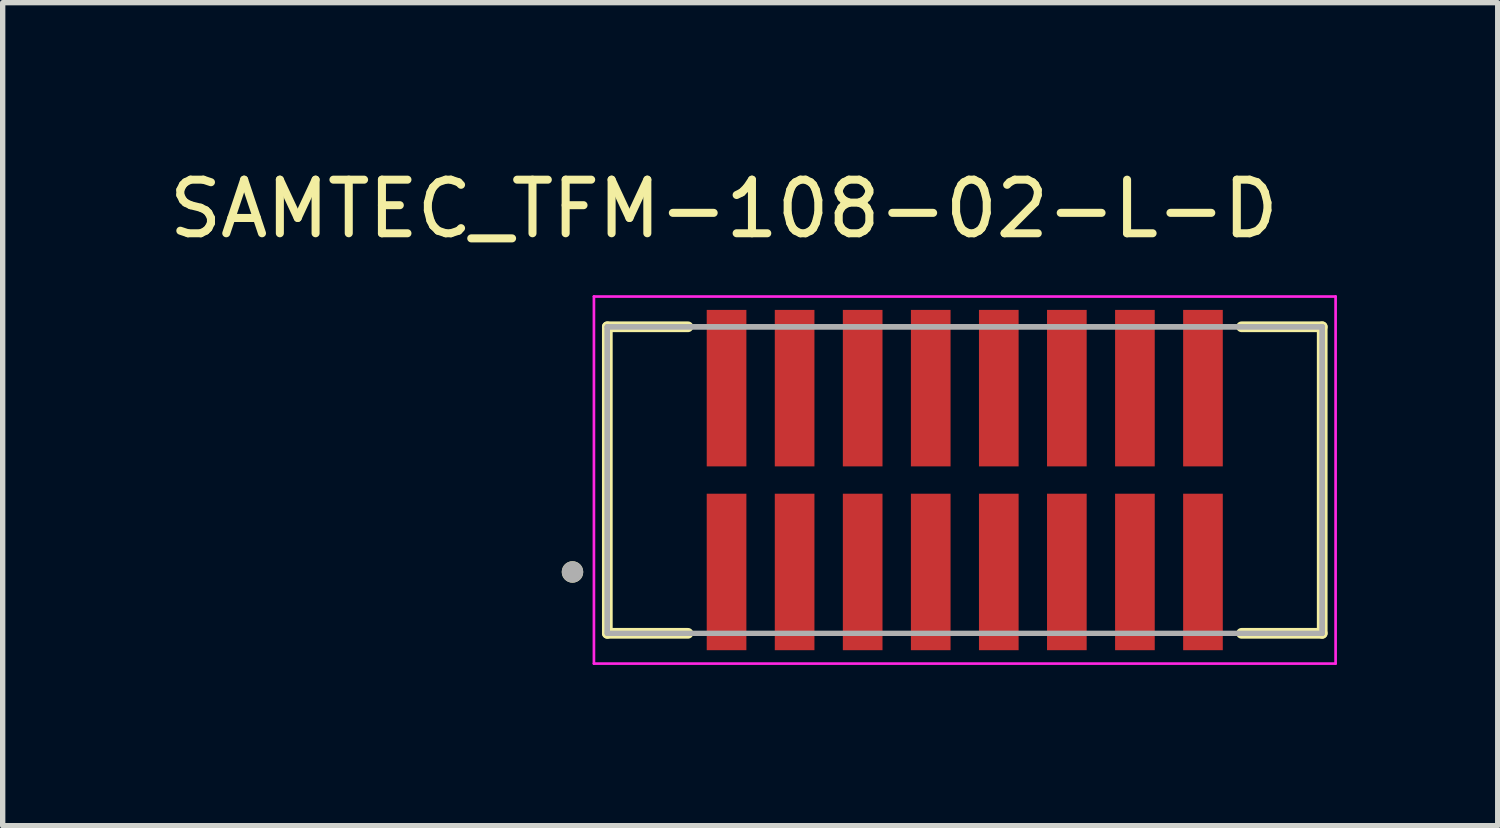
<source format=kicad_pcb>
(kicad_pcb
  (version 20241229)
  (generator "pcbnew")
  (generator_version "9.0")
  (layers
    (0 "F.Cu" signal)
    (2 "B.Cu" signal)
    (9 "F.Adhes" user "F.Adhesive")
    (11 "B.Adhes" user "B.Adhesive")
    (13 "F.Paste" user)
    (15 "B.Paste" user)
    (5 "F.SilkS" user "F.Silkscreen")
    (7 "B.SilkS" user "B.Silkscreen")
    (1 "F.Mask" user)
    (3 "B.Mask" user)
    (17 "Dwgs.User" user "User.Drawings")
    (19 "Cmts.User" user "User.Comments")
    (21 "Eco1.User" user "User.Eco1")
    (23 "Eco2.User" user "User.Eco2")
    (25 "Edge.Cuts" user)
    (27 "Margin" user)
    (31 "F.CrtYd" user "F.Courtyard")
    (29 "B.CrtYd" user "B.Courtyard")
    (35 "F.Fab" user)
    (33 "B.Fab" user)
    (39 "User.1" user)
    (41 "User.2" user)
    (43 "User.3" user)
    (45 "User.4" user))
  (footprint "SAMTEC_TFM-108-02-L-D"
    (layer "F.Cu")
    (at 14.953 5.908)
    (property "Reference" "SAMTEC_TFM-108-02-L-D" (at -4.495 -5.06 0) (layer "F.SilkS") (effects (font (size 1 1) (thickness 0.15))))
    (attr smd)
    (fp_line (start -6.67 -2.86) (end -5.165 -2.86) (stroke (width 0.2) (type solid)) (layer "F.SilkS"))
    (fp_line (start -6.67 2.86) (end -6.67 -2.86) (stroke (width 0.2) (type solid)) (layer "F.SilkS"))
    (fp_line (start -5.165 2.86) (end -6.67 2.86) (stroke (width 0.2) (type solid)) (layer "F.SilkS"))
    (fp_line (start 5.165 -2.86) (end 6.67 -2.86) (stroke (width 0.2) (type solid)) (layer "F.SilkS"))
    (fp_line (start 5.165 2.86) (end 6.67 2.86) (stroke (width 0.2) (type solid)) (layer "F.SilkS"))
    (fp_line (start 6.67 -2.86) (end 6.67 2.86) (stroke (width 0.2) (type solid)) (layer "F.SilkS"))
    (fp_circle (center -7.32 1.715) (end -7.22 1.715) (stroke (width 0.2) (type solid)) (fill no) (layer "F.SilkS"))
    (fp_line (start -6.92 -3.425) (end 6.92 -3.425) (stroke (width 0.05) (type solid)) (layer "F.CrtYd"))
    (fp_line (start -6.92 3.425) (end -6.92 -3.425) (stroke (width 0.05) (type solid)) (layer "F.CrtYd"))
    (fp_line (start 6.92 -3.425) (end 6.92 3.425) (stroke (width 0.05) (type solid)) (layer "F.CrtYd"))
    (fp_line (start 6.92 3.425) (end -6.92 3.425) (stroke (width 0.05) (type solid)) (layer "F.CrtYd"))
    (fp_line (start -6.67 -2.86) (end 6.67 -2.86) (stroke (width 0.1) (type solid)) (layer "F.Fab"))
    (fp_line (start -6.67 -2.86) (end 6.67 -2.86) (stroke (width 0.1) (type solid)) (layer "F.Fab"))
    (fp_line (start -6.67 2.86) (end -6.67 -2.86) (stroke (width 0.1) (type solid)) (layer "F.Fab"))
    (fp_line (start -6.67 2.86) (end -6.67 -2.86) (stroke (width 0.1) (type solid)) (layer "F.Fab"))
    (fp_line (start 6.67 -2.86) (end 6.67 2.86) (stroke (width 0.1) (type solid)) (layer "F.Fab"))
    (fp_line (start 6.67 -2.86) (end 6.67 2.86) (stroke (width 0.1) (type solid)) (layer "F.Fab"))
    (fp_line (start 6.67 2.86) (end -6.67 2.86) (stroke (width 0.1) (type solid)) (layer "F.Fab"))
    (fp_circle (center -7.32 1.715) (end -7.22 1.715) (stroke (width 0.2) (type solid)) (fill no) (layer "F.Fab"))
    (pad "01" smd rect (at -4.445 1.715) (size 0.74 2.92) (layers "F.Cu" "F.Mask" "F.Paste"))
    (pad "02" smd rect (at -4.445 -1.715) (size 0.74 2.92) (layers "F.Cu" "F.Mask" "F.Paste"))
    (pad "03" smd rect (at -3.175 1.715) (size 0.74 2.92) (layers "F.Cu" "F.Mask" "F.Paste"))
    (pad "04" smd rect (at -3.175 -1.715) (size 0.74 2.92) (layers "F.Cu" "F.Mask" "F.Paste"))
    (pad "05" smd rect (at -1.905 1.715) (size 0.74 2.92) (layers "F.Cu" "F.Mask" "F.Paste"))
    (pad "06" smd rect (at -1.905 -1.715) (size 0.74 2.92) (layers "F.Cu" "F.Mask" "F.Paste"))
    (pad "07" smd rect (at -0.635 1.715) (size 0.74 2.92) (layers "F.Cu" "F.Mask" "F.Paste"))
    (pad "08" smd rect (at -0.635 -1.715) (size 0.74 2.92) (layers "F.Cu" "F.Mask" "F.Paste"))
    (pad "09" smd rect (at 0.635 1.715) (size 0.74 2.92) (layers "F.Cu" "F.Mask" "F.Paste"))
    (pad "10" smd rect (at 0.635 -1.715) (size 0.74 2.92) (layers "F.Cu" "F.Mask" "F.Paste"))
    (pad "11" smd rect (at 1.905 1.715) (size 0.74 2.92) (layers "F.Cu" "F.Mask" "F.Paste"))
    (pad "12" smd rect (at 1.905 -1.715) (size 0.74 2.92) (layers "F.Cu" "F.Mask" "F.Paste"))
    (pad "13" smd rect (at 3.175 1.715) (size 0.74 2.92) (layers "F.Cu" "F.Mask" "F.Paste"))
    (pad "14" smd rect (at 3.175 -1.715) (size 0.74 2.92) (layers "F.Cu" "F.Mask" "F.Paste"))
    (pad "15" smd rect (at 4.445 1.715) (size 0.74 2.92) (layers "F.Cu" "F.Mask" "F.Paste"))
    (pad "16" smd rect (at 4.445 -1.715) (size 0.74 2.92) (layers "F.Cu" "F.Mask" "F.Paste")))
  (gr_rect
    (start -3 -3)
    (end 24.898 12.358)
    (stroke (width 0.1) (type default))
    (fill no)
    (layer "Edge.Cuts")))
</source>
